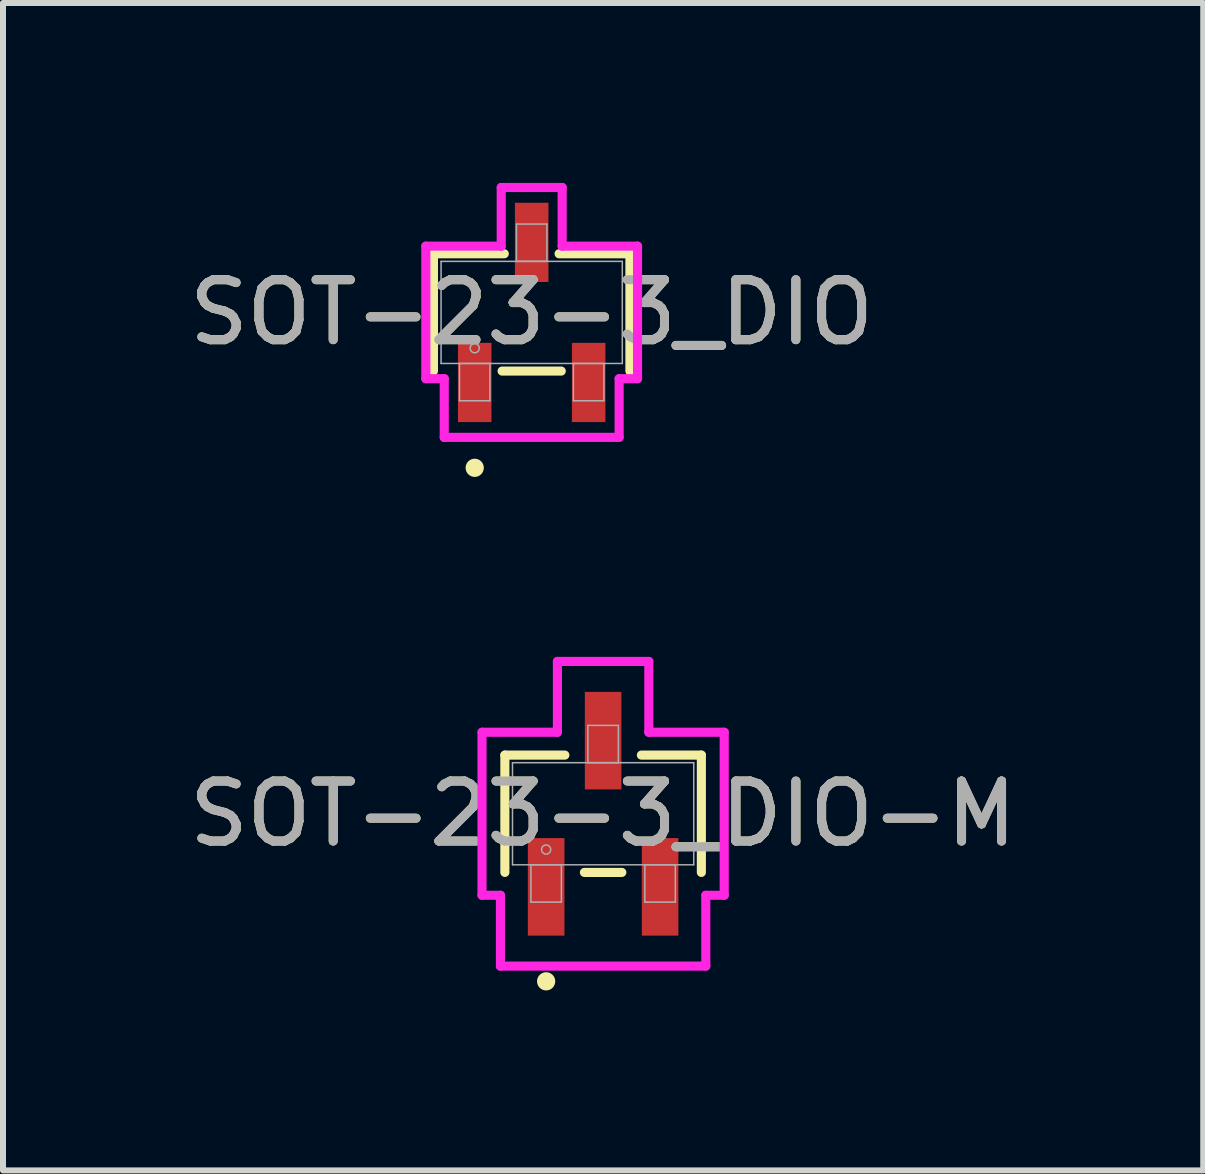
<source format=kicad_pcb>
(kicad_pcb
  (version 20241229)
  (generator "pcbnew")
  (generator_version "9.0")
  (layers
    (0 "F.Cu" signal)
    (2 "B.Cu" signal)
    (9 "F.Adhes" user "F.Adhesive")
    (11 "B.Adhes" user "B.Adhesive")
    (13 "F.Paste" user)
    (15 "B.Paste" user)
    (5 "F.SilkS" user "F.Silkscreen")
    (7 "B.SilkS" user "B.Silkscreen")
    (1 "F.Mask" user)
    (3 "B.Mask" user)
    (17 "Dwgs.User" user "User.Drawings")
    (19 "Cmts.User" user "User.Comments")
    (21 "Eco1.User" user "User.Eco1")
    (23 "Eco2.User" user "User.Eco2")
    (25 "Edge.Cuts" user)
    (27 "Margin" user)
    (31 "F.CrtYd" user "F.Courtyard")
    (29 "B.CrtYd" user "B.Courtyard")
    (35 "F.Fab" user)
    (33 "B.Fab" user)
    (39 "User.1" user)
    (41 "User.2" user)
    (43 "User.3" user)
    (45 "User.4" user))
  (footprint "SOT-23-3_DIO"
    (layer "F.Cu")
    (at 5.815 2.159)
    (property "Reference" "SOT-23-3_DIO" (at 0 0 0) (unlocked yes) (layer "F.SilkS") (effects (font (size 1 1) (thickness 0.15))))
    (attr smd)
    (fp_line (start -1.638 -0.978) (end -1.638 0.978) (stroke (width 0.152) (type solid)) (layer "F.SilkS"))
    (fp_line (start -0.493 0.978) (end 0.493 0.978) (stroke (width 0.152) (type solid)) (layer "F.SilkS"))
    (fp_line (start -0.457 -0.978) (end -1.638 -0.978) (stroke (width 0.152) (type solid)) (layer "F.SilkS"))
    (fp_line (start 1.638 -0.978) (end 0.457 -0.978) (stroke (width 0.152) (type solid)) (layer "F.SilkS"))
    (fp_line (start 1.638 0.978) (end 1.638 -0.978) (stroke (width 0.152) (type solid)) (layer "F.SilkS"))
    (fp_circle (center -0.95 2.591) (end -0.874 2.591) (stroke (width 0.152) (type solid)) (fill no) (layer "F.SilkS"))
    (fp_line (start -1.765 -1.105) (end -0.508 -1.105) (stroke (width 0.152) (type solid)) (layer "F.CrtYd"))
    (fp_line (start -1.765 1.105) (end -1.765 -1.105) (stroke (width 0.152) (type solid)) (layer "F.CrtYd"))
    (fp_line (start -1.765 1.105) (end -1.458 1.105) (stroke (width 0.152) (type solid)) (layer "F.CrtYd"))
    (fp_line (start -1.458 1.105) (end -1.458 2.083) (stroke (width 0.152) (type solid)) (layer "F.CrtYd"))
    (fp_line (start -1.458 2.083) (end 1.458 2.083) (stroke (width 0.152) (type solid)) (layer "F.CrtYd"))
    (fp_line (start -0.508 -2.083) (end 0.508 -2.083) (stroke (width 0.152) (type solid)) (layer "F.CrtYd"))
    (fp_line (start -0.508 -1.105) (end -0.508 -2.083) (stroke (width 0.152) (type solid)) (layer "F.CrtYd"))
    (fp_line (start 0.508 -1.105) (end 0.508 -2.083) (stroke (width 0.152) (type solid)) (layer "F.CrtYd"))
    (fp_line (start 1.458 1.105) (end 1.458 2.083) (stroke (width 0.152) (type solid)) (layer "F.CrtYd"))
    (fp_line (start 1.765 -1.105) (end 0.508 -1.105) (stroke (width 0.152) (type solid)) (layer "F.CrtYd"))
    (fp_line (start 1.765 -1.105) (end 1.765 1.105) (stroke (width 0.152) (type solid)) (layer "F.CrtYd"))
    (fp_line (start 1.765 1.105) (end 1.458 1.105) (stroke (width 0.152) (type solid)) (layer "F.CrtYd"))
    (fp_line (start -1.511 -0.851) (end -1.511 0.851) (stroke (width 0.025) (type solid)) (layer "F.Fab"))
    (fp_line (start -1.511 0.851) (end 1.511 0.851) (stroke (width 0.025) (type solid)) (layer "F.Fab"))
    (fp_line (start -1.204 0.851) (end -1.204 1.473) (stroke (width 0.025) (type solid)) (layer "F.Fab"))
    (fp_line (start -1.204 1.473) (end -0.696 1.473) (stroke (width 0.025) (type solid)) (layer "F.Fab"))
    (fp_line (start -0.696 0.851) (end -1.204 0.851) (stroke (width 0.025) (type solid)) (layer "F.Fab"))
    (fp_line (start -0.696 1.473) (end -0.696 0.851) (stroke (width 0.025) (type solid)) (layer "F.Fab"))
    (fp_line (start -0.254 -1.473) (end -0.254 -0.851) (stroke (width 0.025) (type solid)) (layer "F.Fab"))
    (fp_line (start -0.254 -0.851) (end 0.254 -0.851) (stroke (width 0.025) (type solid)) (layer "F.Fab"))
    (fp_line (start 0.254 -1.473) (end -0.254 -1.473) (stroke (width 0.025) (type solid)) (layer "F.Fab"))
    (fp_line (start 0.254 -0.851) (end 0.254 -1.473) (stroke (width 0.025) (type solid)) (layer "F.Fab"))
    (fp_line (start 0.696 0.851) (end 0.696 1.473) (stroke (width 0.025) (type solid)) (layer "F.Fab"))
    (fp_line (start 0.696 1.473) (end 1.204 1.473) (stroke (width 0.025) (type solid)) (layer "F.Fab"))
    (fp_line (start 1.204 0.851) (end 0.696 0.851) (stroke (width 0.025) (type solid)) (layer "F.Fab"))
    (fp_line (start 1.204 1.473) (end 1.204 0.851) (stroke (width 0.025) (type solid)) (layer "F.Fab"))
    (fp_line (start 1.511 -0.851) (end -1.511 -0.851) (stroke (width 0.025) (type solid)) (layer "F.Fab"))
    (fp_line (start 1.511 0.851) (end 1.511 -0.851) (stroke (width 0.025) (type solid)) (layer "F.Fab"))
    (fp_circle (center -0.95 0.597) (end -0.874 0.597) (stroke (width 0.025) (type solid)) (fill no) (layer "F.Fab"))
    (fp_text user "${REFERENCE}" (at 0 0 0) (unlocked yes) (layer "F.Fab") (effects (font (size 1 1) (thickness 0.15))))
    (pad "1" smd rect (at -0.95 1.168) (size 0.559 1.321) (layers "F.Cu" "F.Mask" "F.Paste"))
    (pad "2" smd rect (at 0.95 1.168) (size 0.559 1.321) (layers "F.Cu" "F.Mask" "F.Paste"))
    (pad "3" smd rect (at 0 -1.168) (size 0.559 1.321) (layers "F.Cu" "F.Mask" "F.Paste")))
  (footprint "SOT-23-3_DIO-M"
    (layer "F.Cu")
    (at 7.006 10.518)
    (property "Reference" "SOT-23-3_DIO-M" (at 0 0 0) (unlocked yes) (layer "F.SilkS") (effects (font (size 1 1) (thickness 0.15))))
    (attr smd)
    (fp_line (start -1.638 -0.978) (end -1.638 0.978) (stroke (width 0.152) (type solid)) (layer "F.SilkS"))
    (fp_line (start -0.638 -0.978) (end -1.638 -0.978) (stroke (width 0.152) (type solid)) (layer "F.SilkS"))
    (fp_line (start -0.312 0.978) (end 0.312 0.978) (stroke (width 0.152) (type solid)) (layer "F.SilkS"))
    (fp_line (start 1.638 -0.978) (end 0.638 -0.978) (stroke (width 0.152) (type solid)) (layer "F.SilkS"))
    (fp_line (start 1.638 0.978) (end 1.638 -0.978) (stroke (width 0.152) (type solid)) (layer "F.SilkS"))
    (fp_circle (center -0.95 2.794) (end -0.874 2.794) (stroke (width 0.152) (type solid)) (fill no) (layer "F.SilkS"))
    (fp_line (start -2.019 -1.359) (end -0.762 -1.359) (stroke (width 0.152) (type solid)) (layer "F.CrtYd"))
    (fp_line (start -2.019 1.359) (end -2.019 -1.359) (stroke (width 0.152) (type solid)) (layer "F.CrtYd"))
    (fp_line (start -2.019 1.359) (end -1.712 1.359) (stroke (width 0.152) (type solid)) (layer "F.CrtYd"))
    (fp_line (start -1.712 1.359) (end -1.712 2.54) (stroke (width 0.152) (type solid)) (layer "F.CrtYd"))
    (fp_line (start -1.712 2.54) (end 1.712 2.54) (stroke (width 0.152) (type solid)) (layer "F.CrtYd"))
    (fp_line (start -0.762 -2.54) (end 0.762 -2.54) (stroke (width 0.152) (type solid)) (layer "F.CrtYd"))
    (fp_line (start -0.762 -1.359) (end -0.762 -2.54) (stroke (width 0.152) (type solid)) (layer "F.CrtYd"))
    (fp_line (start 0.762 -1.359) (end 0.762 -2.54) (stroke (width 0.152) (type solid)) (layer "F.CrtYd"))
    (fp_line (start 1.712 1.359) (end 1.712 2.54) (stroke (width 0.152) (type solid)) (layer "F.CrtYd"))
    (fp_line (start 2.019 -1.359) (end 0.762 -1.359) (stroke (width 0.152) (type solid)) (layer "F.CrtYd"))
    (fp_line (start 2.019 -1.359) (end 2.019 1.359) (stroke (width 0.152) (type solid)) (layer "F.CrtYd"))
    (fp_line (start 2.019 1.359) (end 1.712 1.359) (stroke (width 0.152) (type solid)) (layer "F.CrtYd"))
    (fp_line (start -1.511 -0.851) (end -1.511 0.851) (stroke (width 0.025) (type solid)) (layer "F.Fab"))
    (fp_line (start -1.511 0.851) (end 1.511 0.851) (stroke (width 0.025) (type solid)) (layer "F.Fab"))
    (fp_line (start -1.204 0.851) (end -1.204 1.473) (stroke (width 0.025) (type solid)) (layer "F.Fab"))
    (fp_line (start -1.204 1.473) (end -0.696 1.473) (stroke (width 0.025) (type solid)) (layer "F.Fab"))
    (fp_line (start -0.696 0.851) (end -1.204 0.851) (stroke (width 0.025) (type solid)) (layer "F.Fab"))
    (fp_line (start -0.696 1.473) (end -0.696 0.851) (stroke (width 0.025) (type solid)) (layer "F.Fab"))
    (fp_line (start -0.254 -1.473) (end -0.254 -0.851) (stroke (width 0.025) (type solid)) (layer "F.Fab"))
    (fp_line (start -0.254 -0.851) (end 0.254 -0.851) (stroke (width 0.025) (type solid)) (layer "F.Fab"))
    (fp_line (start 0.254 -1.473) (end -0.254 -1.473) (stroke (width 0.025) (type solid)) (layer "F.Fab"))
    (fp_line (start 0.254 -0.851) (end 0.254 -1.473) (stroke (width 0.025) (type solid)) (layer "F.Fab"))
    (fp_line (start 0.696 0.851) (end 0.696 1.473) (stroke (width 0.025) (type solid)) (layer "F.Fab"))
    (fp_line (start 0.696 1.473) (end 1.204 1.473) (stroke (width 0.025) (type solid)) (layer "F.Fab"))
    (fp_line (start 1.204 0.851) (end 0.696 0.851) (stroke (width 0.025) (type solid)) (layer "F.Fab"))
    (fp_line (start 1.204 1.473) (end 1.204 0.851) (stroke (width 0.025) (type solid)) (layer "F.Fab"))
    (fp_line (start 1.511 -0.851) (end -1.511 -0.851) (stroke (width 0.025) (type solid)) (layer "F.Fab"))
    (fp_line (start 1.511 0.851) (end 1.511 -0.851) (stroke (width 0.025) (type solid)) (layer "F.Fab"))
    (fp_circle (center -0.95 0.597) (end -0.874 0.597) (stroke (width 0.025) (type solid)) (fill no) (layer "F.Fab"))
    (fp_text user "${REFERENCE}" (at 0 0 0) (unlocked yes) (layer "F.Fab") (effects (font (size 1 1) (thickness 0.15))))
    (pad "1" smd rect (at -0.95 1.219) (size 0.61 1.626) (layers "F.Cu" "F.Mask" "F.Paste"))
    (pad "2" smd rect (at 0.95 1.219) (size 0.61 1.626) (layers "F.Cu" "F.Mask" "F.Paste"))
    (pad "3" smd rect (at 0 -1.219) (size 0.61 1.626) (layers "F.Cu" "F.Mask" "F.Paste")))
  (gr_rect
    (start -3 -3)
    (end 17.012 16.465)
    (stroke (width 0.1) (type default))
    (fill no)
    (layer "Edge.Cuts")))
</source>
